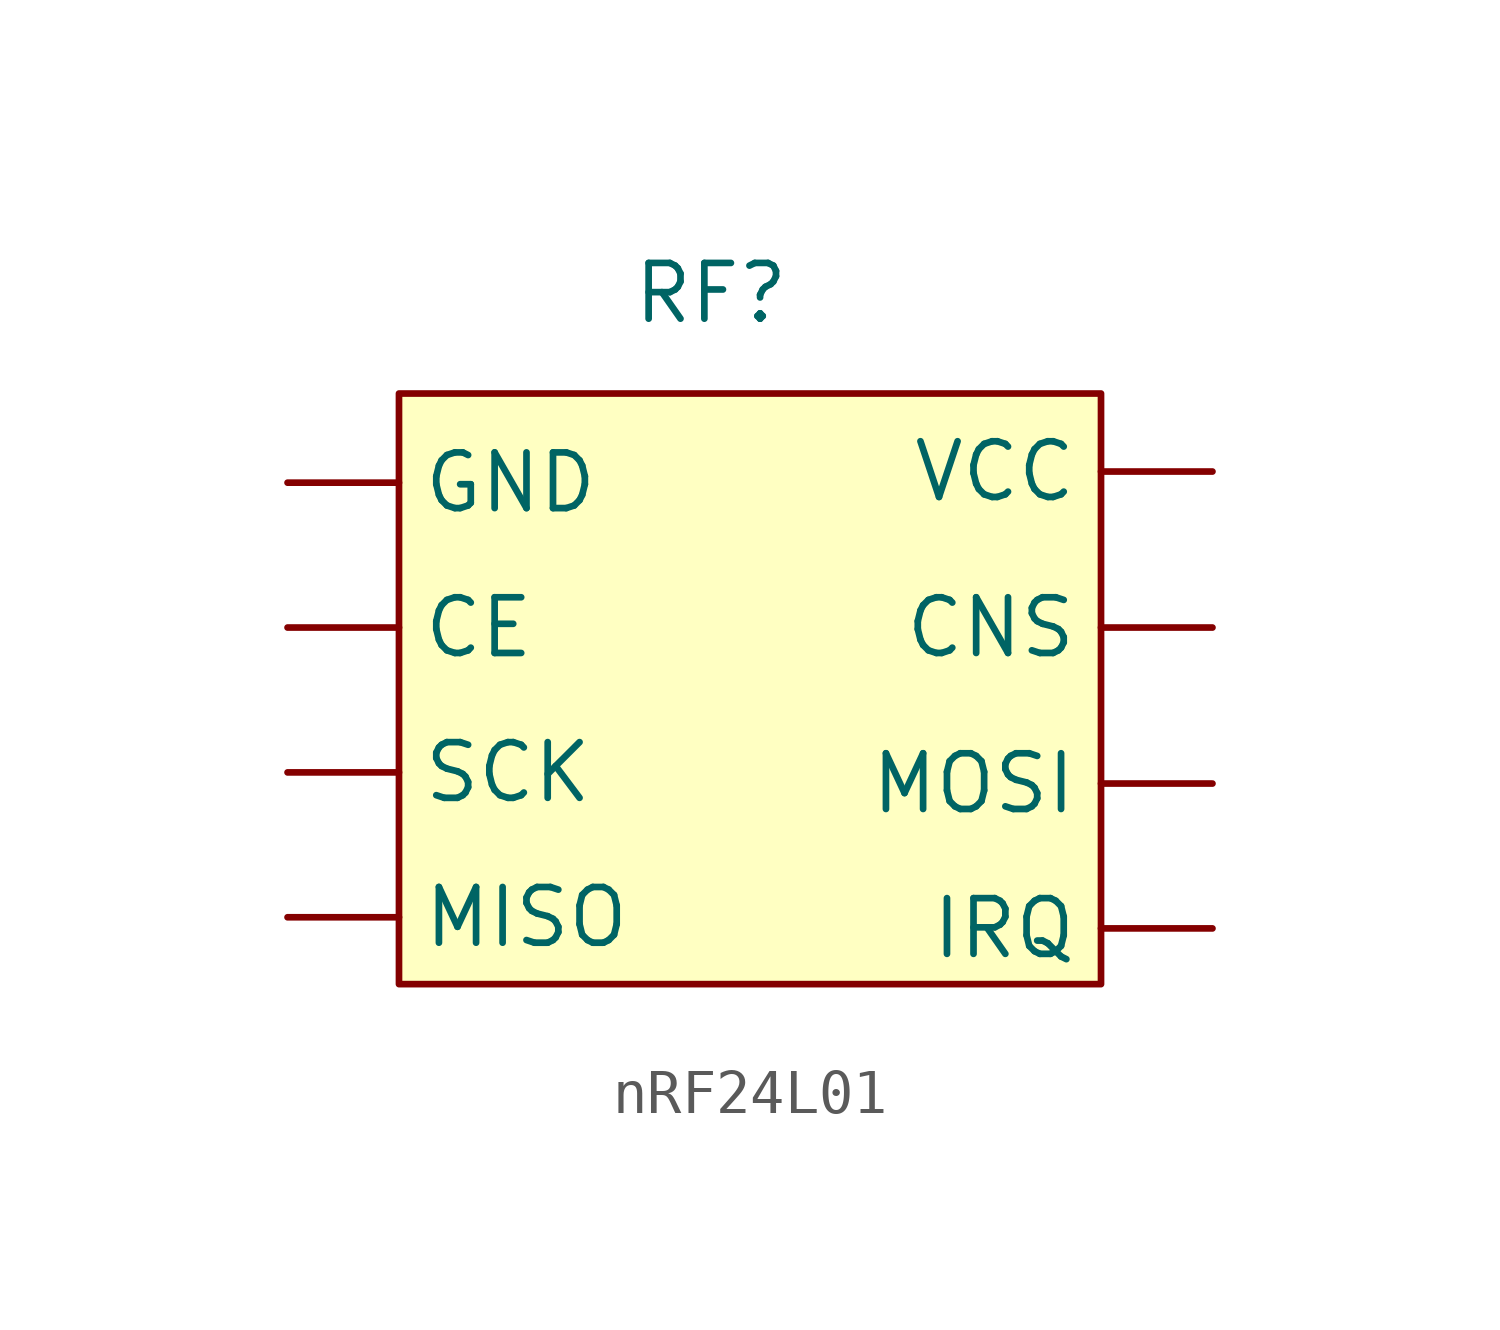
<source format=kicad_sym>
(kicad_symbol_lib
  (version 20220914)
  (generator kicad_symbol_editor)
  (symbol "nRF24L01"
    (pin_numbers hide)
    (property "Reference" "RF"
      (at 0 9.398 0)
      (effects (font (size 1.27 1.27))))
    (property "Value" ""
      (at 0 0 0)
      (effects (font (size 1.27 1.27))))
    (symbol "nRF24L01_1_1"
      (rectangle (start -7.112 7.112) (end 8.89 -6.35) (stroke (width 0) (type default)) (fill (type background)))
      (pin unspecified line (at -9.652 5.08 0) (length 2.54) (name "GND" (effects (font (size 1.27 1.27)))) (number "1" (effects (font (size 1.27 1.27)))))
      (pin input line (at -9.652 1.778 0) (length 2.54) (name "CE" (effects (font (size 1.27 1.27)))) (number "2" (effects (font (size 1.27 1.27)))))
      (pin input line (at -9.652 -1.524 0) (length 2.54) (name "SCK" (effects (font (size 1.27 1.27)))) (number "3" (effects (font (size 1.27 1.27)))))
      (pin output line (at -9.652 -4.826 0) (length 2.54) (name "MISO" (effects (font (size 1.27 1.27)))) (number "4" (effects (font (size 1.27 1.27)))))
      (pin power_in line (at 11.43 5.334 180) (length 2.54) (name "VCC" (effects (font (size 1.27 1.27)))) (number "5" (effects (font (size 1.27 1.27)))))
      (pin input line (at 11.43 1.778 180) (length 2.54) (name "CNS" (effects (font (size 1.27 1.27)))) (number "6" (effects (font (size 1.27 1.27)))))
      (pin input line (at 11.43 -1.778 180) (length 2.54) (name "MOSI" (effects (font (size 1.27 1.27)))) (number "7" (effects (font (size 1.27 1.27)))))
      (pin input line (at 11.43 -5.08 180) (length 2.54) (name "IRQ" (effects (font (size 1.27 1.27)))) (number "8" (effects (font (size 1.27 1.27))))))))
</source>
